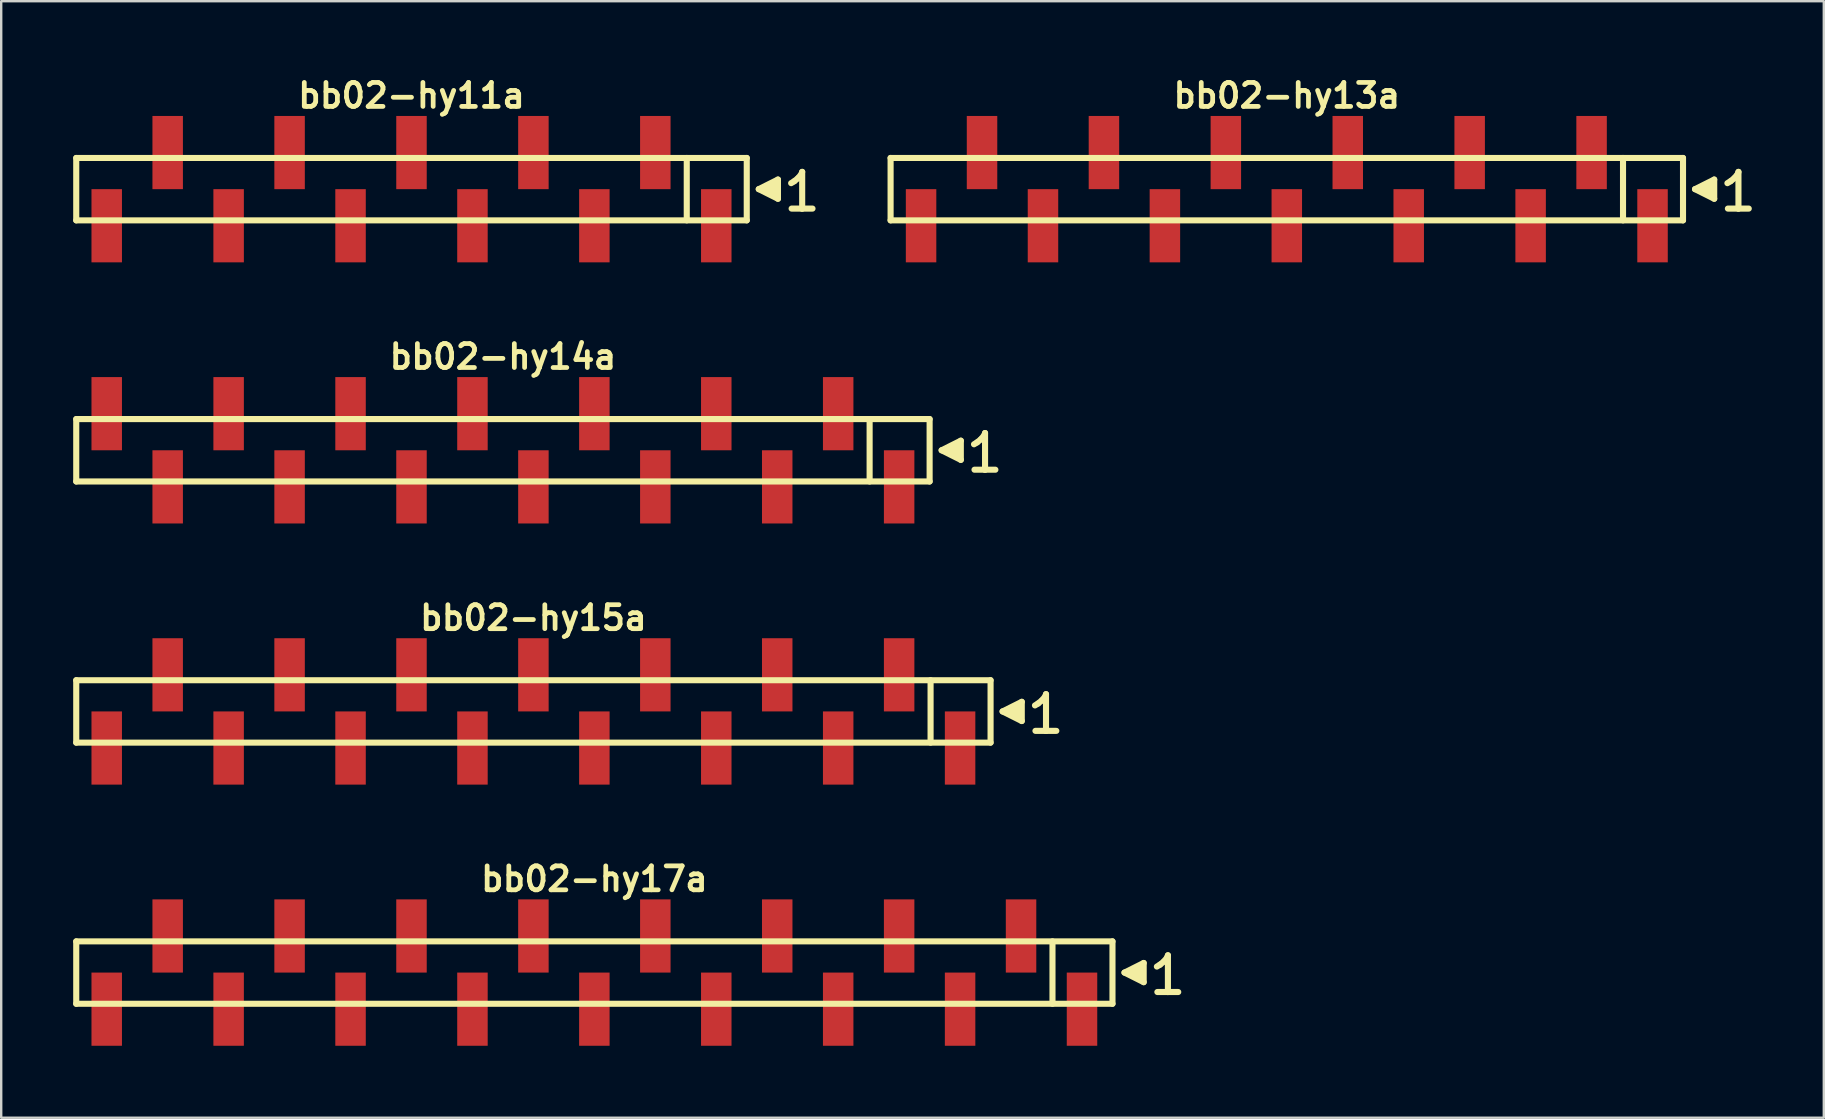
<source format=kicad_pcb>
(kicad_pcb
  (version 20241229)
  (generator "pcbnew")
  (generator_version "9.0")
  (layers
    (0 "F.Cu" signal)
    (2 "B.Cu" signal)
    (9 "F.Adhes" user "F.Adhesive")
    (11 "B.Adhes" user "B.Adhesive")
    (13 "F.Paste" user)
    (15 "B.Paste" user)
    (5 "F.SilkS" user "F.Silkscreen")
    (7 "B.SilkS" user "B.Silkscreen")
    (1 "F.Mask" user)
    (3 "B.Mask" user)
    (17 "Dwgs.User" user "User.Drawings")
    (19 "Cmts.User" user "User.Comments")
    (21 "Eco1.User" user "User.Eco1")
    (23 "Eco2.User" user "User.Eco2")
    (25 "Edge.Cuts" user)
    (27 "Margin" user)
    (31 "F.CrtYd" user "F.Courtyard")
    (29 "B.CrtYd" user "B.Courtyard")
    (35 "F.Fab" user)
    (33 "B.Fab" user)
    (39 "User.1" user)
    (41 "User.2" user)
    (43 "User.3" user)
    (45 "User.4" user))
  (footprint "bb02-hy17a"
    (layer "F.Cu")
    (at 21.717 37.477)
    (property "Reference" "bb02-hy17a" (at 0 -3.9 0) (layer "F.SilkS") (effects (font (size 0.998 0.998) (thickness 0.198))))
    (attr through_hole)
    (fp_line (start -21.59 -1.3) (end 21.59 -1.3) (stroke (width 0.254) (type solid)) (layer "F.SilkS"))
    (fp_line (start -21.59 1.3) (end -21.59 -1.3) (stroke (width 0.254) (type solid)) (layer "F.SilkS"))
    (fp_line (start 19.09 1.3) (end 19.09 -1.3) (stroke (width 0.254) (type solid)) (layer "F.SilkS"))
    (fp_line (start 21.59 -1.3) (end 21.59 1.3) (stroke (width 0.254) (type solid)) (layer "F.SilkS"))
    (fp_line (start 21.59 1.3) (end -21.59 1.3) (stroke (width 0.254) (type solid)) (layer "F.SilkS"))
    (fp_line (start 22.09 0) (end 22.89 0.4) (stroke (width 0.254) (type solid)) (layer "F.SilkS"))
    (fp_line (start 22.39 0.1) (end 22.39 -0.1) (stroke (width 0.254) (type solid)) (layer "F.SilkS"))
    (fp_line (start 22.49 -0.1) (end 22.49 0.1) (stroke (width 0.254) (type solid)) (layer "F.SilkS"))
    (fp_line (start 22.59 0.2) (end 22.59 -0.2) (stroke (width 0.254) (type solid)) (layer "F.SilkS"))
    (fp_line (start 22.69 -0.2) (end 22.69 0.2) (stroke (width 0.254) (type solid)) (layer "F.SilkS"))
    (fp_line (start 22.79 0.3) (end 22.79 -0.3) (stroke (width 0.254) (type solid)) (layer "F.SilkS"))
    (fp_line (start 22.89 -0.4) (end 22.09 0) (stroke (width 0.254) (type solid)) (layer "F.SilkS"))
    (fp_line (start 22.89 0.4) (end 22.89 -0.4) (stroke (width 0.254) (type solid)) (layer "F.SilkS"))
    (fp_line (start 23.44 -0.25) (end 23.57 -0.33) (stroke (width 0.254) (type solid)) (layer "F.SilkS"))
    (fp_line (start 23.57 -0.33) (end 23.73 -0.46) (stroke (width 0.254) (type solid)) (layer "F.SilkS"))
    (fp_line (start 23.73 -0.46) (end 23.87 -0.63) (stroke (width 0.254) (type solid)) (layer "F.SilkS"))
    (fp_line (start 23.87 -0.63) (end 23.9 -0.72) (stroke (width 0.254) (type solid)) (layer "F.SilkS"))
    (fp_line (start 23.9 -0.72) (end 23.9 0.81) (stroke (width 0.254) (type solid)) (layer "F.SilkS"))
    (fp_line (start 23.9 0.81) (end 23.46 0.81) (stroke (width 0.254) (type solid)) (layer "F.SilkS"))
    (fp_line (start 24.33 0.81) (end 23.89 0.81) (stroke (width 0.254) (type solid)) (layer "F.SilkS"))
    (pad "1" smd rect (at 20.32 1.525) (size 1.27 3.05) (layers "F.Cu" "F.Mask" "F.Paste"))
    (pad "2" smd rect (at 17.78 -1.525) (size 1.27 3.05) (layers "F.Cu" "F.Mask" "F.Paste"))
    (pad "3" smd rect (at 15.24 1.525) (size 1.27 3.05) (layers "F.Cu" "F.Mask" "F.Paste"))
    (pad "4" smd rect (at 12.7 -1.525) (size 1.27 3.05) (layers "F.Cu" "F.Mask" "F.Paste"))
    (pad "5" smd rect (at 10.16 1.525) (size 1.27 3.05) (layers "F.Cu" "F.Mask" "F.Paste"))
    (pad "6" smd rect (at 7.62 -1.525) (size 1.27 3.05) (layers "F.Cu" "F.Mask" "F.Paste"))
    (pad "7" smd rect (at 5.08 1.525) (size 1.27 3.05) (layers "F.Cu" "F.Mask" "F.Paste"))
    (pad "8" smd rect (at 2.54 -1.525) (size 1.27 3.05) (layers "F.Cu" "F.Mask" "F.Paste"))
    (pad "9" smd rect (at 0 1.525) (size 1.27 3.05) (layers "F.Cu" "F.Mask" "F.Paste"))
    (pad "10" smd rect (at -2.54 -1.525) (size 1.27 3.05) (layers "F.Cu" "F.Mask" "F.Paste"))
    (pad "11" smd rect (at -5.08 1.525) (size 1.27 3.05) (layers "F.Cu" "F.Mask" "F.Paste"))
    (pad "12" smd rect (at -7.62 -1.525) (size 1.27 3.05) (layers "F.Cu" "F.Mask" "F.Paste"))
    (pad "13" smd rect (at -10.16 1.525) (size 1.27 3.05) (layers "F.Cu" "F.Mask" "F.Paste"))
    (pad "14" smd rect (at -12.7 -1.525) (size 1.27 3.05) (layers "F.Cu" "F.Mask" "F.Paste"))
    (pad "15" smd rect (at -15.24 1.525) (size 1.27 3.05) (layers "F.Cu" "F.Mask" "F.Paste"))
    (pad "16" smd rect (at -17.78 -1.525) (size 1.27 3.05) (layers "F.Cu" "F.Mask" "F.Paste"))
    (pad "17" smd rect (at -20.32 1.525) (size 1.27 3.05) (layers "F.Cu" "F.Mask" "F.Paste")))
  (footprint "bb02-hy11a"
    (layer "F.Cu")
    (at 14.097 4.832)
    (property "Reference" "bb02-hy11a" (at 0 -3.9 0) (layer "F.SilkS") (effects (font (size 0.998 0.998) (thickness 0.198))))
    (attr through_hole)
    (fp_line (start -13.97 -1.3) (end 13.97 -1.3) (stroke (width 0.254) (type solid)) (layer "F.SilkS"))
    (fp_line (start -13.97 1.3) (end -13.97 -1.3) (stroke (width 0.254) (type solid)) (layer "F.SilkS"))
    (fp_line (start 11.47 1.3) (end 11.47 -1.3) (stroke (width 0.254) (type solid)) (layer "F.SilkS"))
    (fp_line (start 13.97 -1.3) (end 13.97 1.3) (stroke (width 0.254) (type solid)) (layer "F.SilkS"))
    (fp_line (start 13.97 1.3) (end -13.97 1.3) (stroke (width 0.254) (type solid)) (layer "F.SilkS"))
    (fp_line (start 14.47 0) (end 15.27 0.4) (stroke (width 0.254) (type solid)) (layer "F.SilkS"))
    (fp_line (start 14.77 0.1) (end 14.77 -0.1) (stroke (width 0.254) (type solid)) (layer "F.SilkS"))
    (fp_line (start 14.87 -0.1) (end 14.87 0.1) (stroke (width 0.254) (type solid)) (layer "F.SilkS"))
    (fp_line (start 14.97 0.2) (end 14.97 -0.2) (stroke (width 0.254) (type solid)) (layer "F.SilkS"))
    (fp_line (start 15.07 -0.2) (end 15.07 0.2) (stroke (width 0.254) (type solid)) (layer "F.SilkS"))
    (fp_line (start 15.17 0.3) (end 15.17 -0.3) (stroke (width 0.254) (type solid)) (layer "F.SilkS"))
    (fp_line (start 15.27 -0.4) (end 14.47 0) (stroke (width 0.254) (type solid)) (layer "F.SilkS"))
    (fp_line (start 15.27 0.4) (end 15.27 -0.4) (stroke (width 0.254) (type solid)) (layer "F.SilkS"))
    (fp_line (start 15.82 -0.25) (end 15.95 -0.33) (stroke (width 0.254) (type solid)) (layer "F.SilkS"))
    (fp_line (start 15.95 -0.33) (end 16.11 -0.46) (stroke (width 0.254) (type solid)) (layer "F.SilkS"))
    (fp_line (start 16.11 -0.46) (end 16.25 -0.63) (stroke (width 0.254) (type solid)) (layer "F.SilkS"))
    (fp_line (start 16.25 -0.63) (end 16.28 -0.72) (stroke (width 0.254) (type solid)) (layer "F.SilkS"))
    (fp_line (start 16.28 -0.72) (end 16.28 0.81) (stroke (width 0.254) (type solid)) (layer "F.SilkS"))
    (fp_line (start 16.28 0.81) (end 15.84 0.81) (stroke (width 0.254) (type solid)) (layer "F.SilkS"))
    (fp_line (start 16.71 0.81) (end 16.27 0.81) (stroke (width 0.254) (type solid)) (layer "F.SilkS"))
    (pad "1" smd rect (at 12.7 1.525) (size 1.27 3.05) (layers "F.Cu" "F.Mask" "F.Paste"))
    (pad "2" smd rect (at 10.16 -1.525) (size 1.27 3.05) (layers "F.Cu" "F.Mask" "F.Paste"))
    (pad "3" smd rect (at 7.62 1.525) (size 1.27 3.05) (layers "F.Cu" "F.Mask" "F.Paste"))
    (pad "4" smd rect (at 5.08 -1.525) (size 1.27 3.05) (layers "F.Cu" "F.Mask" "F.Paste"))
    (pad "5" smd rect (at 2.54 1.525) (size 1.27 3.05) (layers "F.Cu" "F.Mask" "F.Paste"))
    (pad "6" smd rect (at 0 -1.525) (size 1.27 3.05) (layers "F.Cu" "F.Mask" "F.Paste"))
    (pad "7" smd rect (at -2.54 1.525) (size 1.27 3.05) (layers "F.Cu" "F.Mask" "F.Paste"))
    (pad "8" smd rect (at -5.08 -1.525) (size 1.27 3.05) (layers "F.Cu" "F.Mask" "F.Paste"))
    (pad "9" smd rect (at -7.62 1.525) (size 1.27 3.05) (layers "F.Cu" "F.Mask" "F.Paste"))
    (pad "10" smd rect (at -10.16 -1.525) (size 1.27 3.05) (layers "F.Cu" "F.Mask" "F.Paste"))
    (pad "11" smd rect (at -12.7 1.525) (size 1.27 3.05) (layers "F.Cu" "F.Mask" "F.Paste")))
  (footprint "bb02-hy13a"
    (layer "F.Cu")
    (at 50.571 4.832)
    (property "Reference" "bb02-hy13a" (at 0 -3.9 0) (layer "F.SilkS") (effects (font (size 0.998 0.998) (thickness 0.198))))
    (attr through_hole)
    (fp_line (start -16.51 -1.3) (end 16.51 -1.3) (stroke (width 0.254) (type solid)) (layer "F.SilkS"))
    (fp_line (start -16.51 1.3) (end -16.51 -1.3) (stroke (width 0.254) (type solid)) (layer "F.SilkS"))
    (fp_line (start 14.01 1.3) (end 14.01 -1.3) (stroke (width 0.254) (type solid)) (layer "F.SilkS"))
    (fp_line (start 16.51 -1.3) (end 16.51 1.3) (stroke (width 0.254) (type solid)) (layer "F.SilkS"))
    (fp_line (start 16.51 1.3) (end -16.51 1.3) (stroke (width 0.254) (type solid)) (layer "F.SilkS"))
    (fp_line (start 17.01 0) (end 17.81 0.4) (stroke (width 0.254) (type solid)) (layer "F.SilkS"))
    (fp_line (start 17.31 0.1) (end 17.31 -0.1) (stroke (width 0.254) (type solid)) (layer "F.SilkS"))
    (fp_line (start 17.41 -0.1) (end 17.41 0.1) (stroke (width 0.254) (type solid)) (layer "F.SilkS"))
    (fp_line (start 17.51 0.2) (end 17.51 -0.2) (stroke (width 0.254) (type solid)) (layer "F.SilkS"))
    (fp_line (start 17.61 -0.2) (end 17.61 0.2) (stroke (width 0.254) (type solid)) (layer "F.SilkS"))
    (fp_line (start 17.71 0.3) (end 17.71 -0.3) (stroke (width 0.254) (type solid)) (layer "F.SilkS"))
    (fp_line (start 17.81 -0.4) (end 17.01 0) (stroke (width 0.254) (type solid)) (layer "F.SilkS"))
    (fp_line (start 17.81 0.4) (end 17.81 -0.4) (stroke (width 0.254) (type solid)) (layer "F.SilkS"))
    (fp_line (start 18.36 -0.25) (end 18.49 -0.33) (stroke (width 0.254) (type solid)) (layer "F.SilkS"))
    (fp_line (start 18.49 -0.33) (end 18.65 -0.46) (stroke (width 0.254) (type solid)) (layer "F.SilkS"))
    (fp_line (start 18.65 -0.46) (end 18.79 -0.63) (stroke (width 0.254) (type solid)) (layer "F.SilkS"))
    (fp_line (start 18.79 -0.63) (end 18.82 -0.72) (stroke (width 0.254) (type solid)) (layer "F.SilkS"))
    (fp_line (start 18.82 -0.72) (end 18.82 0.81) (stroke (width 0.254) (type solid)) (layer "F.SilkS"))
    (fp_line (start 18.82 0.81) (end 18.38 0.81) (stroke (width 0.254) (type solid)) (layer "F.SilkS"))
    (fp_line (start 19.25 0.81) (end 18.81 0.81) (stroke (width 0.254) (type solid)) (layer "F.SilkS"))
    (pad "1" smd rect (at 15.24 1.525) (size 1.27 3.05) (layers "F.Cu" "F.Mask" "F.Paste"))
    (pad "2" smd rect (at 12.7 -1.525) (size 1.27 3.05) (layers "F.Cu" "F.Mask" "F.Paste"))
    (pad "3" smd rect (at 10.16 1.525) (size 1.27 3.05) (layers "F.Cu" "F.Mask" "F.Paste"))
    (pad "4" smd rect (at 7.62 -1.525) (size 1.27 3.05) (layers "F.Cu" "F.Mask" "F.Paste"))
    (pad "5" smd rect (at 5.08 1.525) (size 1.27 3.05) (layers "F.Cu" "F.Mask" "F.Paste"))
    (pad "6" smd rect (at 2.54 -1.525) (size 1.27 3.05) (layers "F.Cu" "F.Mask" "F.Paste"))
    (pad "7" smd rect (at 0 1.525) (size 1.27 3.05) (layers "F.Cu" "F.Mask" "F.Paste"))
    (pad "8" smd rect (at -2.54 -1.525) (size 1.27 3.05) (layers "F.Cu" "F.Mask" "F.Paste"))
    (pad "9" smd rect (at -5.08 1.525) (size 1.27 3.05) (layers "F.Cu" "F.Mask" "F.Paste"))
    (pad "10" smd rect (at -7.62 -1.525) (size 1.27 3.05) (layers "F.Cu" "F.Mask" "F.Paste"))
    (pad "11" smd rect (at -10.16 1.525) (size 1.27 3.05) (layers "F.Cu" "F.Mask" "F.Paste"))
    (pad "12" smd rect (at -12.7 -1.525) (size 1.27 3.05) (layers "F.Cu" "F.Mask" "F.Paste"))
    (pad "13" smd rect (at -15.24 1.525) (size 1.27 3.05) (layers "F.Cu" "F.Mask" "F.Paste")))
  (footprint "bb02-hy15a"
    (layer "F.Cu")
    (at 19.177 26.595)
    (property "Reference" "bb02-hy15a" (at 0 -3.9 0) (layer "F.SilkS") (effects (font (size 0.998 0.998) (thickness 0.198))))
    (attr through_hole)
    (fp_line (start -19.05 -1.3) (end 19.05 -1.3) (stroke (width 0.254) (type solid)) (layer "F.SilkS"))
    (fp_line (start -19.05 1.3) (end -19.05 -1.3) (stroke (width 0.254) (type solid)) (layer "F.SilkS"))
    (fp_line (start 16.55 1.3) (end 16.55 -1.3) (stroke (width 0.254) (type solid)) (layer "F.SilkS"))
    (fp_line (start 19.05 -1.3) (end 19.05 1.3) (stroke (width 0.254) (type solid)) (layer "F.SilkS"))
    (fp_line (start 19.05 1.3) (end -19.05 1.3) (stroke (width 0.254) (type solid)) (layer "F.SilkS"))
    (fp_line (start 19.55 0) (end 20.35 0.4) (stroke (width 0.254) (type solid)) (layer "F.SilkS"))
    (fp_line (start 19.85 0.1) (end 19.85 -0.1) (stroke (width 0.254) (type solid)) (layer "F.SilkS"))
    (fp_line (start 19.95 -0.1) (end 19.95 0.1) (stroke (width 0.254) (type solid)) (layer "F.SilkS"))
    (fp_line (start 20.05 0.2) (end 20.05 -0.2) (stroke (width 0.254) (type solid)) (layer "F.SilkS"))
    (fp_line (start 20.15 -0.2) (end 20.15 0.2) (stroke (width 0.254) (type solid)) (layer "F.SilkS"))
    (fp_line (start 20.25 0.3) (end 20.25 -0.3) (stroke (width 0.254) (type solid)) (layer "F.SilkS"))
    (fp_line (start 20.35 -0.4) (end 19.55 0) (stroke (width 0.254) (type solid)) (layer "F.SilkS"))
    (fp_line (start 20.35 0.4) (end 20.35 -0.4) (stroke (width 0.254) (type solid)) (layer "F.SilkS"))
    (fp_line (start 20.9 -0.25) (end 21.03 -0.33) (stroke (width 0.254) (type solid)) (layer "F.SilkS"))
    (fp_line (start 21.03 -0.33) (end 21.19 -0.46) (stroke (width 0.254) (type solid)) (layer "F.SilkS"))
    (fp_line (start 21.19 -0.46) (end 21.33 -0.63) (stroke (width 0.254) (type solid)) (layer "F.SilkS"))
    (fp_line (start 21.33 -0.63) (end 21.36 -0.72) (stroke (width 0.254) (type solid)) (layer "F.SilkS"))
    (fp_line (start 21.36 -0.72) (end 21.36 0.81) (stroke (width 0.254) (type solid)) (layer "F.SilkS"))
    (fp_line (start 21.36 0.81) (end 20.92 0.81) (stroke (width 0.254) (type solid)) (layer "F.SilkS"))
    (fp_line (start 21.79 0.81) (end 21.35 0.81) (stroke (width 0.254) (type solid)) (layer "F.SilkS"))
    (pad "1" smd rect (at 17.78 1.525) (size 1.27 3.05) (layers "F.Cu" "F.Mask" "F.Paste"))
    (pad "2" smd rect (at 15.24 -1.525) (size 1.27 3.05) (layers "F.Cu" "F.Mask" "F.Paste"))
    (pad "3" smd rect (at 12.7 1.525) (size 1.27 3.05) (layers "F.Cu" "F.Mask" "F.Paste"))
    (pad "4" smd rect (at 10.16 -1.525) (size 1.27 3.05) (layers "F.Cu" "F.Mask" "F.Paste"))
    (pad "5" smd rect (at 7.62 1.525) (size 1.27 3.05) (layers "F.Cu" "F.Mask" "F.Paste"))
    (pad "6" smd rect (at 5.08 -1.525) (size 1.27 3.05) (layers "F.Cu" "F.Mask" "F.Paste"))
    (pad "7" smd rect (at 2.54 1.525) (size 1.27 3.05) (layers "F.Cu" "F.Mask" "F.Paste"))
    (pad "8" smd rect (at 0 -1.525) (size 1.27 3.05) (layers "F.Cu" "F.Mask" "F.Paste"))
    (pad "9" smd rect (at -2.54 1.525) (size 1.27 3.05) (layers "F.Cu" "F.Mask" "F.Paste"))
    (pad "10" smd rect (at -5.08 -1.525) (size 1.27 3.05) (layers "F.Cu" "F.Mask" "F.Paste"))
    (pad "11" smd rect (at -7.62 1.525) (size 1.27 3.05) (layers "F.Cu" "F.Mask" "F.Paste"))
    (pad "12" smd rect (at -10.16 -1.525) (size 1.27 3.05) (layers "F.Cu" "F.Mask" "F.Paste"))
    (pad "13" smd rect (at -12.7 1.525) (size 1.27 3.05) (layers "F.Cu" "F.Mask" "F.Paste"))
    (pad "14" smd rect (at -15.24 -1.525) (size 1.27 3.05) (layers "F.Cu" "F.Mask" "F.Paste"))
    (pad "15" smd rect (at -17.78 1.525) (size 1.27 3.05) (layers "F.Cu" "F.Mask" "F.Paste")))
  (footprint "bb02-hy14a"
    (layer "F.Cu")
    (at 17.907 15.713)
    (property "Reference" "bb02-hy14a" (at 0 -3.9 0) (layer "F.SilkS") (effects (font (size 0.998 0.998) (thickness 0.198))))
    (attr through_hole)
    (fp_line (start -17.78 -1.3) (end 17.78 -1.3) (stroke (width 0.254) (type solid)) (layer "F.SilkS"))
    (fp_line (start -17.78 1.3) (end -17.78 -1.3) (stroke (width 0.254) (type solid)) (layer "F.SilkS"))
    (fp_line (start 15.28 1.3) (end 15.28 -1.3) (stroke (width 0.254) (type solid)) (layer "F.SilkS"))
    (fp_line (start 17.78 -1.3) (end 17.78 1.3) (stroke (width 0.254) (type solid)) (layer "F.SilkS"))
    (fp_line (start 17.78 1.3) (end -17.78 1.3) (stroke (width 0.254) (type solid)) (layer "F.SilkS"))
    (fp_line (start 18.28 0) (end 19.08 0.4) (stroke (width 0.254) (type solid)) (layer "F.SilkS"))
    (fp_line (start 18.58 0.1) (end 18.58 -0.1) (stroke (width 0.254) (type solid)) (layer "F.SilkS"))
    (fp_line (start 18.68 -0.1) (end 18.68 0.1) (stroke (width 0.254) (type solid)) (layer "F.SilkS"))
    (fp_line (start 18.78 0.2) (end 18.78 -0.2) (stroke (width 0.254) (type solid)) (layer "F.SilkS"))
    (fp_line (start 18.88 -0.2) (end 18.88 0.2) (stroke (width 0.254) (type solid)) (layer "F.SilkS"))
    (fp_line (start 18.98 0.3) (end 18.98 -0.3) (stroke (width 0.254) (type solid)) (layer "F.SilkS"))
    (fp_line (start 19.08 -0.4) (end 18.28 0) (stroke (width 0.254) (type solid)) (layer "F.SilkS"))
    (fp_line (start 19.08 0.4) (end 19.08 -0.4) (stroke (width 0.254) (type solid)) (layer "F.SilkS"))
    (fp_line (start 19.63 -0.25) (end 19.76 -0.33) (stroke (width 0.254) (type solid)) (layer "F.SilkS"))
    (fp_line (start 19.76 -0.33) (end 19.92 -0.46) (stroke (width 0.254) (type solid)) (layer "F.SilkS"))
    (fp_line (start 19.92 -0.46) (end 20.06 -0.63) (stroke (width 0.254) (type solid)) (layer "F.SilkS"))
    (fp_line (start 20.06 -0.63) (end 20.09 -0.72) (stroke (width 0.254) (type solid)) (layer "F.SilkS"))
    (fp_line (start 20.09 -0.72) (end 20.09 0.81) (stroke (width 0.254) (type solid)) (layer "F.SilkS"))
    (fp_line (start 20.09 0.81) (end 19.65 0.81) (stroke (width 0.254) (type solid)) (layer "F.SilkS"))
    (fp_line (start 20.52 0.81) (end 20.08 0.81) (stroke (width 0.254) (type solid)) (layer "F.SilkS"))
    (pad "1" smd rect (at 16.51 1.525) (size 1.27 3.05) (layers "F.Cu" "F.Mask" "F.Paste"))
    (pad "2" smd rect (at 13.97 -1.525) (size 1.27 3.05) (layers "F.Cu" "F.Mask" "F.Paste"))
    (pad "3" smd rect (at 11.43 1.525) (size 1.27 3.05) (layers "F.Cu" "F.Mask" "F.Paste"))
    (pad "4" smd rect (at 8.89 -1.525) (size 1.27 3.05) (layers "F.Cu" "F.Mask" "F.Paste"))
    (pad "5" smd rect (at 6.35 1.525) (size 1.27 3.05) (layers "F.Cu" "F.Mask" "F.Paste"))
    (pad "6" smd rect (at 3.81 -1.525) (size 1.27 3.05) (layers "F.Cu" "F.Mask" "F.Paste"))
    (pad "7" smd rect (at 1.27 1.525) (size 1.27 3.05) (layers "F.Cu" "F.Mask" "F.Paste"))
    (pad "8" smd rect (at -1.27 -1.525) (size 1.27 3.05) (layers "F.Cu" "F.Mask" "F.Paste"))
    (pad "9" smd rect (at -3.81 1.525) (size 1.27 3.05) (layers "F.Cu" "F.Mask" "F.Paste"))
    (pad "10" smd rect (at -6.35 -1.525) (size 1.27 3.05) (layers "F.Cu" "F.Mask" "F.Paste"))
    (pad "11" smd rect (at -8.89 1.525) (size 1.27 3.05) (layers "F.Cu" "F.Mask" "F.Paste"))
    (pad "12" smd rect (at -11.43 -1.525) (size 1.27 3.05) (layers "F.Cu" "F.Mask" "F.Paste"))
    (pad "13" smd rect (at -13.97 1.525) (size 1.27 3.05) (layers "F.Cu" "F.Mask" "F.Paste"))
    (pad "14" smd rect (at -16.51 -1.525) (size 1.27 3.05) (layers "F.Cu" "F.Mask" "F.Paste")))
  (gr_rect
    (start -3 -3)
    (end 72.948 43.527)
    (stroke (width 0.1) (type default))
    (fill no)
    (layer "Edge.Cuts")))
</source>
